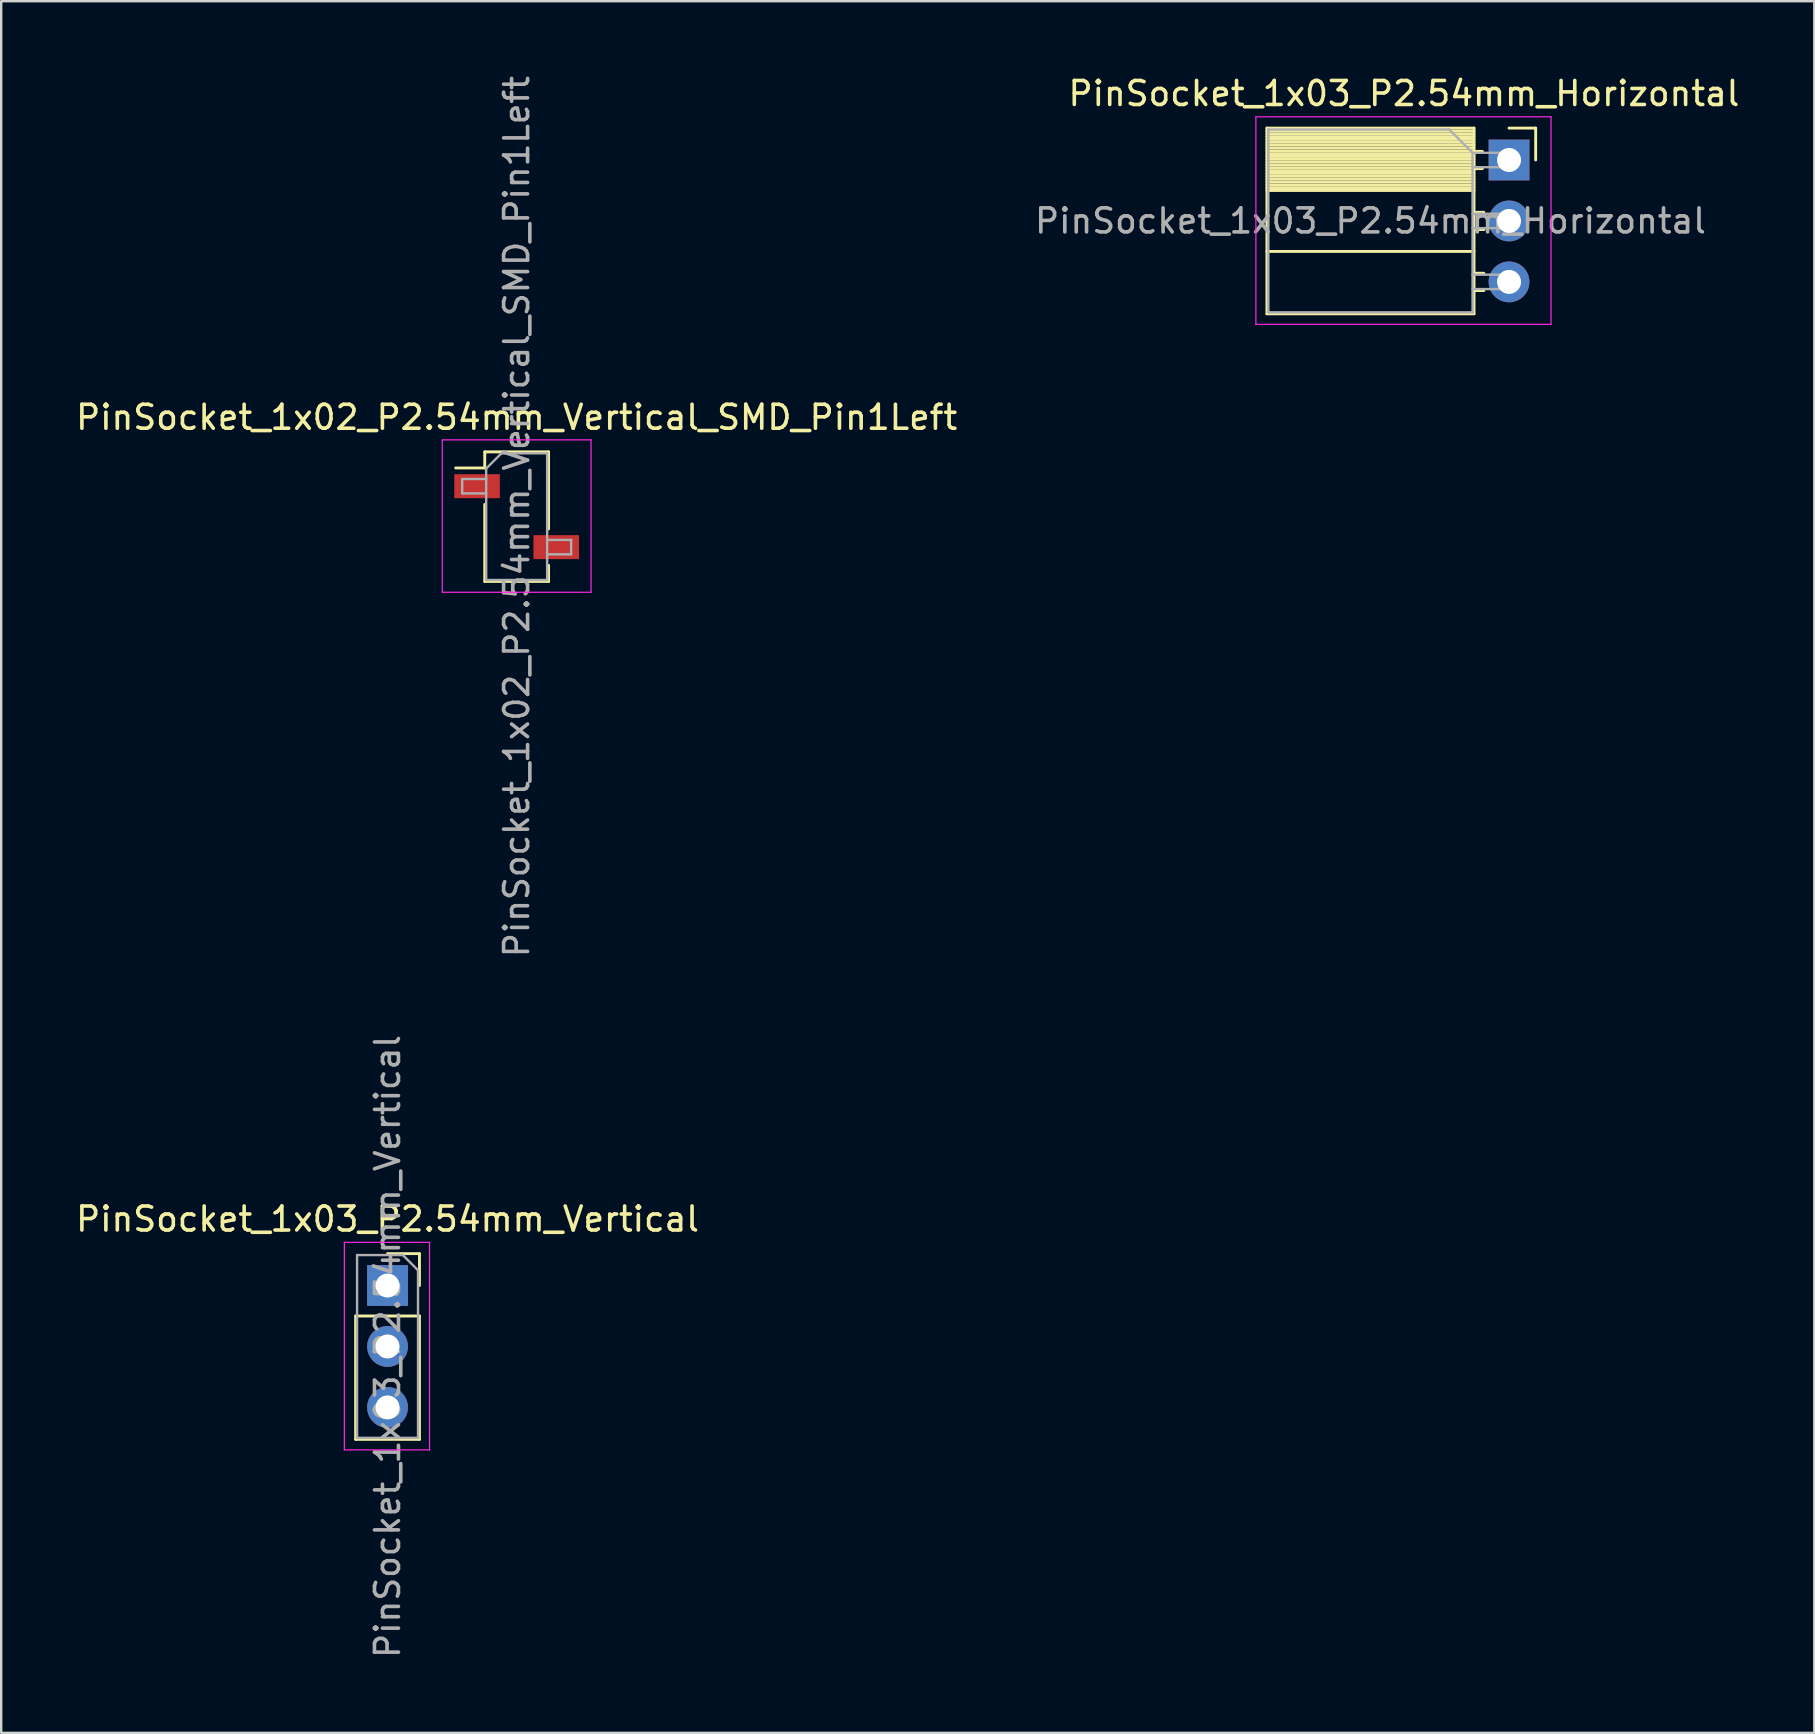
<source format=kicad_pcb>
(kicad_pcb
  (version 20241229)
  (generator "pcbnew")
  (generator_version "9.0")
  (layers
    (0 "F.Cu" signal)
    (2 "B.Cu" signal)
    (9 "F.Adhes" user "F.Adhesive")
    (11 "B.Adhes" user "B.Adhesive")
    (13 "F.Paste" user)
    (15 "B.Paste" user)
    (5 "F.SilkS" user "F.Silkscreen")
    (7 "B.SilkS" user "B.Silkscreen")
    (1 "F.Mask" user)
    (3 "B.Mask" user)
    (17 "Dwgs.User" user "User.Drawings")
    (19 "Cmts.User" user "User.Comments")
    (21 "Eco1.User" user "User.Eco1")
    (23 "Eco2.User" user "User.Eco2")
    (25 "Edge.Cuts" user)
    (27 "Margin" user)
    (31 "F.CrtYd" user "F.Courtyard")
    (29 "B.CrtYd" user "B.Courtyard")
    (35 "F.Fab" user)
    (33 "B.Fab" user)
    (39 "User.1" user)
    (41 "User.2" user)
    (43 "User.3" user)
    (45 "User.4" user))
  (footprint "PinSocket_1x03_P2.54mm_Vertical"
    (layer "F.Cu")
    (at 13.101 50.525)
    (property "Reference" "PinSocket_1x03_P2.54mm_Vertical" (at 0 -2.77 0) (layer "F.SilkS") (effects (font (size 1 1) (thickness 0.15))))
    (attr through_hole)
    (fp_line (start -1.33 1.27) (end -1.33 6.41) (stroke (width 0.12) (type solid)) (layer "F.SilkS"))
    (fp_line (start -1.33 1.27) (end 1.33 1.27) (stroke (width 0.12) (type solid)) (layer "F.SilkS"))
    (fp_line (start -1.33 6.41) (end 1.33 6.41) (stroke (width 0.12) (type solid)) (layer "F.SilkS"))
    (fp_line (start 0 -1.33) (end 1.33 -1.33) (stroke (width 0.12) (type solid)) (layer "F.SilkS"))
    (fp_line (start 1.33 -1.33) (end 1.33 0) (stroke (width 0.12) (type solid)) (layer "F.SilkS"))
    (fp_line (start 1.33 1.27) (end 1.33 6.41) (stroke (width 0.12) (type solid)) (layer "F.SilkS"))
    (fp_line (start -1.8 -1.8) (end 1.75 -1.8) (stroke (width 0.05) (type solid)) (layer "F.CrtYd"))
    (fp_line (start -1.8 6.85) (end -1.8 -1.8) (stroke (width 0.05) (type solid)) (layer "F.CrtYd"))
    (fp_line (start 1.75 -1.8) (end 1.75 6.85) (stroke (width 0.05) (type solid)) (layer "F.CrtYd"))
    (fp_line (start 1.75 6.85) (end -1.8 6.85) (stroke (width 0.05) (type solid)) (layer "F.CrtYd"))
    (fp_line (start -1.27 -1.27) (end 0.635 -1.27) (stroke (width 0.1) (type solid)) (layer "F.Fab"))
    (fp_line (start -1.27 6.35) (end -1.27 -1.27) (stroke (width 0.1) (type solid)) (layer "F.Fab"))
    (fp_line (start 0.635 -1.27) (end 1.27 -0.635) (stroke (width 0.1) (type solid)) (layer "F.Fab"))
    (fp_line (start 1.27 -0.635) (end 1.27 6.35) (stroke (width 0.1) (type solid)) (layer "F.Fab"))
    (fp_line (start 1.27 6.35) (end -1.27 6.35) (stroke (width 0.1) (type solid)) (layer "F.Fab"))
    (fp_text user "${REFERENCE}" (at 0 2.54 90) (layer "F.Fab") (effects (font (size 1 1) (thickness 0.15))))
    (pad "1" thru_hole rect (at 0 0) (size 1.7 1.7) (drill 1) (layers "*.Cu" "*.Mask"))
    (pad "2" thru_hole circle (at 0 2.54) (size 1.7 1.7) (drill 1) (layers "*.Cu" "*.Mask"))
    (pad "3" thru_hole circle (at 0 5.08) (size 1.7 1.7) (drill 1) (layers "*.Cu" "*.Mask")))
  (footprint "PinSocket_1x02_P2.54mm_Vertical_SMD_Pin1Left"
    (layer "F.Cu")
    (at 18.482 18.482)
    (property "Reference" "PinSocket_1x02_P2.54mm_Vertical_SMD_Pin1Left" (at 0 -4.14 0) (layer "F.SilkS") (effects (font (size 1 1) (thickness 0.15))))
    (attr smd)
    (fp_line (start -2.54 -2.03) (end -1.33 -2.03) (stroke (width 0.12) (type solid)) (layer "F.SilkS"))
    (fp_line (start -1.33 -2.7) (end -1.33 -2.03) (stroke (width 0.12) (type solid)) (layer "F.SilkS"))
    (fp_line (start -1.33 -2.7) (end 1.33 -2.7) (stroke (width 0.12) (type solid)) (layer "F.SilkS"))
    (fp_line (start -1.33 -0.51) (end -1.33 2.7) (stroke (width 0.12) (type solid)) (layer "F.SilkS"))
    (fp_line (start -1.33 2.7) (end 1.33 2.7) (stroke (width 0.12) (type solid)) (layer "F.SilkS"))
    (fp_line (start 1.33 -2.7) (end 1.33 0.51) (stroke (width 0.12) (type solid)) (layer "F.SilkS"))
    (fp_line (start 1.33 2.03) (end 1.33 2.7) (stroke (width 0.12) (type solid)) (layer "F.SilkS"))
    (fp_line (start -3.1 -3.2) (end 3.1 -3.2) (stroke (width 0.05) (type solid)) (layer "F.CrtYd"))
    (fp_line (start -3.1 3.15) (end -3.1 -3.2) (stroke (width 0.05) (type solid)) (layer "F.CrtYd"))
    (fp_line (start 3.1 -3.2) (end 3.1 3.15) (stroke (width 0.05) (type solid)) (layer "F.CrtYd"))
    (fp_line (start 3.1 3.15) (end -3.1 3.15) (stroke (width 0.05) (type solid)) (layer "F.CrtYd"))
    (fp_line (start -2.27 -1.57) (end -1.27 -1.57) (stroke (width 0.1) (type solid)) (layer "F.Fab"))
    (fp_line (start -2.27 -0.97) (end -2.27 -1.57) (stroke (width 0.1) (type solid)) (layer "F.Fab"))
    (fp_line (start -1.27 -2.005) (end -0.635 -2.64) (stroke (width 0.1) (type solid)) (layer "F.Fab"))
    (fp_line (start -1.27 -0.97) (end -2.27 -0.97) (stroke (width 0.1) (type solid)) (layer "F.Fab"))
    (fp_line (start -1.27 2.64) (end -1.27 -2.005) (stroke (width 0.1) (type solid)) (layer "F.Fab"))
    (fp_line (start -0.635 -2.64) (end 1.27 -2.64) (stroke (width 0.1) (type solid)) (layer "F.Fab"))
    (fp_line (start 1.27 -2.64) (end 1.27 2.64) (stroke (width 0.1) (type solid)) (layer "F.Fab"))
    (fp_line (start 1.27 0.97) (end 2.27 0.97) (stroke (width 0.1) (type solid)) (layer "F.Fab"))
    (fp_line (start 1.27 2.64) (end -1.27 2.64) (stroke (width 0.1) (type solid)) (layer "F.Fab"))
    (fp_line (start 2.27 0.97) (end 2.27 1.57) (stroke (width 0.1) (type solid)) (layer "F.Fab"))
    (fp_line (start 2.27 1.57) (end 1.27 1.57) (stroke (width 0.1) (type solid)) (layer "F.Fab"))
    (fp_text user "${REFERENCE}" (at 0 0 90) (layer "F.Fab") (effects (font (size 1 1) (thickness 0.15))))
    (pad "1" smd rect (at -1.65 -1.27) (size 1.9 1) (layers "F.Cu" "F.Mask" "F.Paste"))
    (pad "2" smd rect (at 1.65 1.27) (size 1.9 1) (layers "F.Cu" "F.Mask" "F.Paste")))
  (footprint "PinSocket_1x03_P2.54mm_Horizontal"
    (layer "F.Cu")
    (at 59.84 3.618)
    (property "Reference" "PinSocket_1x03_P2.54mm_Horizontal" (at -4.38 -2.77 0) (layer "F.SilkS") (effects (font (size 1 1) (thickness 0.15))))
    (attr through_hole)
    (fp_line (start -10.09 -1.33) (end -10.09 6.41) (stroke (width 0.12) (type solid)) (layer "F.SilkS"))
    (fp_line (start -10.09 -1.33) (end -1.46 -1.33) (stroke (width 0.12) (type solid)) (layer "F.SilkS"))
    (fp_line (start -10.09 -1.21) (end -1.46 -1.21) (stroke (width 0.12) (type solid)) (layer "F.SilkS"))
    (fp_line (start -10.09 -1.092) (end -1.46 -1.092) (stroke (width 0.12) (type solid)) (layer "F.SilkS"))
    (fp_line (start -10.09 -0.974) (end -1.46 -0.974) (stroke (width 0.12) (type solid)) (layer "F.SilkS"))
    (fp_line (start -10.09 -0.856) (end -1.46 -0.856) (stroke (width 0.12) (type solid)) (layer "F.SilkS"))
    (fp_line (start -10.09 -0.738) (end -1.46 -0.738) (stroke (width 0.12) (type solid)) (layer "F.SilkS"))
    (fp_line (start -10.09 -0.62) (end -1.46 -0.62) (stroke (width 0.12) (type solid)) (layer "F.SilkS"))
    (fp_line (start -10.09 -0.501) (end -1.46 -0.501) (stroke (width 0.12) (type solid)) (layer "F.SilkS"))
    (fp_line (start -10.09 -0.383) (end -1.46 -0.383) (stroke (width 0.12) (type solid)) (layer "F.SilkS"))
    (fp_line (start -10.09 -0.265) (end -1.46 -0.265) (stroke (width 0.12) (type solid)) (layer "F.SilkS"))
    (fp_line (start -10.09 -0.147) (end -1.46 -0.147) (stroke (width 0.12) (type solid)) (layer "F.SilkS"))
    (fp_line (start -10.09 -0.029) (end -1.46 -0.029) (stroke (width 0.12) (type solid)) (layer "F.SilkS"))
    (fp_line (start -10.09 0.089) (end -1.46 0.089) (stroke (width 0.12) (type solid)) (layer "F.SilkS"))
    (fp_line (start -10.09 0.207) (end -1.46 0.207) (stroke (width 0.12) (type solid)) (layer "F.SilkS"))
    (fp_line (start -10.09 0.325) (end -1.46 0.325) (stroke (width 0.12) (type solid)) (layer "F.SilkS"))
    (fp_line (start -10.09 0.443) (end -1.46 0.443) (stroke (width 0.12) (type solid)) (layer "F.SilkS"))
    (fp_line (start -10.09 0.561) (end -1.46 0.561) (stroke (width 0.12) (type solid)) (layer "F.SilkS"))
    (fp_line (start -10.09 0.68) (end -1.46 0.68) (stroke (width 0.12) (type solid)) (layer "F.SilkS"))
    (fp_line (start -10.09 0.798) (end -1.46 0.798) (stroke (width 0.12) (type solid)) (layer "F.SilkS"))
    (fp_line (start -10.09 0.916) (end -1.46 0.916) (stroke (width 0.12) (type solid)) (layer "F.SilkS"))
    (fp_line (start -10.09 1.034) (end -1.46 1.034) (stroke (width 0.12) (type solid)) (layer "F.SilkS"))
    (fp_line (start -10.09 1.152) (end -1.46 1.152) (stroke (width 0.12) (type solid)) (layer "F.SilkS"))
    (fp_line (start -10.09 1.27) (end -1.46 1.27) (stroke (width 0.12) (type solid)) (layer "F.SilkS"))
    (fp_line (start -10.09 3.81) (end -1.46 3.81) (stroke (width 0.12) (type solid)) (layer "F.SilkS"))
    (fp_line (start -10.09 6.41) (end -1.46 6.41) (stroke (width 0.12) (type solid)) (layer "F.SilkS"))
    (fp_line (start -1.46 -1.33) (end -1.46 6.41) (stroke (width 0.12) (type solid)) (layer "F.SilkS"))
    (fp_line (start -1.46 -0.36) (end -1.11 -0.36) (stroke (width 0.12) (type solid)) (layer "F.SilkS"))
    (fp_line (start -1.46 0.36) (end -1.11 0.36) (stroke (width 0.12) (type solid)) (layer "F.SilkS"))
    (fp_line (start -1.46 2.18) (end -1.05 2.18) (stroke (width 0.12) (type solid)) (layer "F.SilkS"))
    (fp_line (start -1.46 2.9) (end -1.05 2.9) (stroke (width 0.12) (type solid)) (layer "F.SilkS"))
    (fp_line (start -1.46 4.72) (end -1.05 4.72) (stroke (width 0.12) (type solid)) (layer "F.SilkS"))
    (fp_line (start -1.46 5.44) (end -1.05 5.44) (stroke (width 0.12) (type solid)) (layer "F.SilkS"))
    (fp_line (start 0 -1.33) (end 1.11 -1.33) (stroke (width 0.12) (type solid)) (layer "F.SilkS"))
    (fp_line (start 1.11 -1.33) (end 1.11 0) (stroke (width 0.12) (type solid)) (layer "F.SilkS"))
    (fp_line (start -10.55 -1.8) (end -10.55 6.85) (stroke (width 0.05) (type solid)) (layer "F.CrtYd"))
    (fp_line (start -10.55 6.85) (end 1.75 6.85) (stroke (width 0.05) (type solid)) (layer "F.CrtYd"))
    (fp_line (start 1.75 -1.8) (end -10.55 -1.8) (stroke (width 0.05) (type solid)) (layer "F.CrtYd"))
    (fp_line (start 1.75 6.85) (end 1.75 -1.8) (stroke (width 0.05) (type solid)) (layer "F.CrtYd"))
    (fp_line (start -10.03 -1.27) (end -2.49 -1.27) (stroke (width 0.1) (type solid)) (layer "F.Fab"))
    (fp_line (start -10.03 6.35) (end -10.03 -1.27) (stroke (width 0.1) (type solid)) (layer "F.Fab"))
    (fp_line (start -2.49 -1.27) (end -1.52 -0.3) (stroke (width 0.1) (type solid)) (layer "F.Fab"))
    (fp_line (start -1.52 -0.3) (end -1.52 6.35) (stroke (width 0.1) (type solid)) (layer "F.Fab"))
    (fp_line (start -1.52 0.3) (end 0 0.3) (stroke (width 0.1) (type solid)) (layer "F.Fab"))
    (fp_line (start -1.52 2.84) (end 0 2.84) (stroke (width 0.1) (type solid)) (layer "F.Fab"))
    (fp_line (start -1.52 5.38) (end 0 5.38) (stroke (width 0.1) (type solid)) (layer "F.Fab"))
    (fp_line (start -1.52 6.35) (end -10.03 6.35) (stroke (width 0.1) (type solid)) (layer "F.Fab"))
    (fp_line (start 0 -0.3) (end -1.52 -0.3) (stroke (width 0.1) (type solid)) (layer "F.Fab"))
    (fp_line (start 0 0.3) (end 0 -0.3) (stroke (width 0.1) (type solid)) (layer "F.Fab"))
    (fp_line (start 0 2.24) (end -1.52 2.24) (stroke (width 0.1) (type solid)) (layer "F.Fab"))
    (fp_line (start 0 2.84) (end 0 2.24) (stroke (width 0.1) (type solid)) (layer "F.Fab"))
    (fp_line (start 0 4.78) (end -1.52 4.78) (stroke (width 0.1) (type solid)) (layer "F.Fab"))
    (fp_line (start 0 5.38) (end 0 4.78) (stroke (width 0.1) (type solid)) (layer "F.Fab"))
    (fp_text user "${REFERENCE}" (at -5.775 2.54 0) (layer "F.Fab") (effects (font (size 1 1) (thickness 0.15))))
    (pad "1" thru_hole rect (at 0 0) (size 1.7 1.7) (drill 1) (layers "*.Cu" "*.Mask"))
    (pad "2" thru_hole circle (at 0 2.54) (size 1.7 1.7) (drill 1) (layers "*.Cu" "*.Mask"))
    (pad "3" thru_hole circle (at 0 5.08) (size 1.7 1.7) (drill 1) (layers "*.Cu" "*.Mask")))
  (gr_rect
    (start -3 -3)
    (end 72.562 69.167)
    (stroke (width 0.1) (type default))
    (fill no)
    (layer "Edge.Cuts")))
</source>
